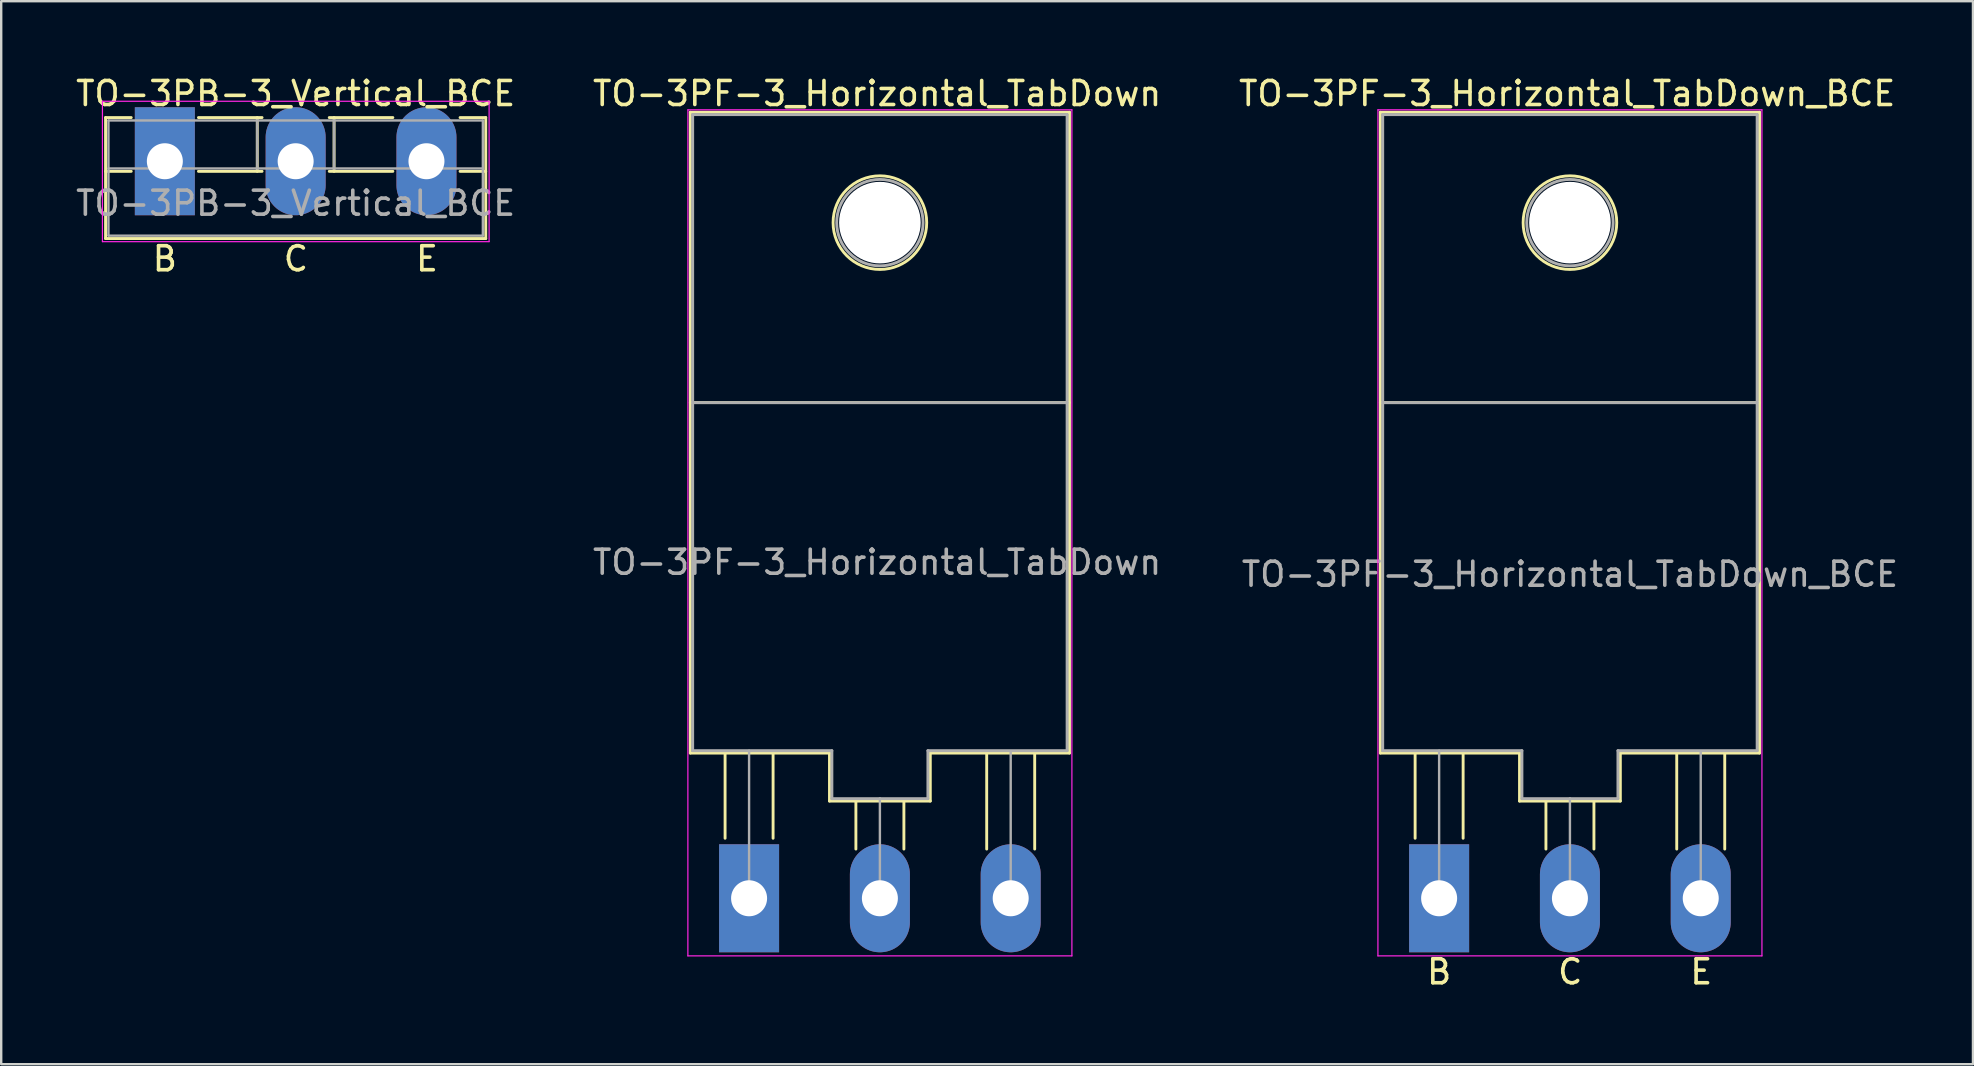
<source format=kicad_pcb>
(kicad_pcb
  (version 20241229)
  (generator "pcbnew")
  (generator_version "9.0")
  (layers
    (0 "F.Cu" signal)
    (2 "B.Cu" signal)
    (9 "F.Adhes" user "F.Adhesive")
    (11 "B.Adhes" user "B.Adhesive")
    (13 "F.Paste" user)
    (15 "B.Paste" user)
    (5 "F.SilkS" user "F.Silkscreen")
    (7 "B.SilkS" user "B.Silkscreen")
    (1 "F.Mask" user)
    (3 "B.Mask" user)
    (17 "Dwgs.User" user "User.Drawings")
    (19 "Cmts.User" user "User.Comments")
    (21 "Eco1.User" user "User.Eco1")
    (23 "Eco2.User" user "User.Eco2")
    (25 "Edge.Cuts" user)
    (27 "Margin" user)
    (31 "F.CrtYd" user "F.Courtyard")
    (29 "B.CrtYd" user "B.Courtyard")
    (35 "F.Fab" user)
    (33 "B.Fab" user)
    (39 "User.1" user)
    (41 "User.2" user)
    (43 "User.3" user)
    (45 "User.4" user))
  (footprint "TO-3PF-3_Horizontal_TabDown_BCE"
    (layer "F.Cu")
    (at 56.91 34.376)
    (property "Reference" "TO-3PF-3_Horizontal_TabDown_BCE" (at 5.334 -33.528 0) (layer "F.SilkS") (effects (font (size 1 1) (thickness 0.15))))
    (fp_line (start -2.45 -32.75) (end 13.35 -32.75) (stroke (width 0.12) (type solid)) (layer "F.SilkS"))
    (fp_line (start -2.45 -6.05) (end -2.45 -32.75) (stroke (width 0.12) (type solid)) (layer "F.SilkS"))
    (fp_line (start -1 -6) (end -1 -2.5) (stroke (width 0.12) (type solid)) (layer "F.SilkS"))
    (fp_line (start 1 -6) (end 1 -2.5) (stroke (width 0.12) (type solid)) (layer "F.SilkS"))
    (fp_line (start 3.35 -6.05) (end -2.45 -6.05) (stroke (width 0.12) (type solid)) (layer "F.SilkS"))
    (fp_line (start 3.35 -4.05) (end 3.35 -6.05) (stroke (width 0.12) (type solid)) (layer "F.SilkS"))
    (fp_line (start 4.45 -4.05) (end 4.45 -2.05) (stroke (width 0.12) (type solid)) (layer "F.SilkS"))
    (fp_line (start 6.45 -4.05) (end 6.45 -2.05) (stroke (width 0.12) (type solid)) (layer "F.SilkS"))
    (fp_line (start 7.55 -6.05) (end 7.55 -4.05) (stroke (width 0.12) (type solid)) (layer "F.SilkS"))
    (fp_line (start 7.55 -4.05) (end 3.35 -4.05) (stroke (width 0.12) (type solid)) (layer "F.SilkS"))
    (fp_line (start 9.9 -6) (end 9.9 -2.05) (stroke (width 0.12) (type solid)) (layer "F.SilkS"))
    (fp_line (start 11.9 -6) (end 11.9 -2.05) (stroke (width 0.12) (type solid)) (layer "F.SilkS"))
    (fp_line (start 13.35 -32.75) (end 13.35 -6.05) (stroke (width 0.12) (type solid)) (layer "F.SilkS"))
    (fp_line (start 13.35 -20.65) (end -2.45 -20.65) (stroke (width 0.12) (type solid)) (layer "F.SilkS"))
    (fp_line (start 13.35 -6.05) (end 7.55 -6.05) (stroke (width 0.12) (type solid)) (layer "F.SilkS"))
    (fp_circle (center 5.45 -28.15) (end 7.4 -28.15) (stroke (width 0.12) (type solid)) (fill no) (layer "F.SilkS"))
    (fp_line (start -2.55 -32.85) (end -2.55 2.4) (stroke (width 0.05) (type solid)) (layer "F.CrtYd"))
    (fp_line (start -2.55 2.4) (end 13.45 2.4) (stroke (width 0.05) (type solid)) (layer "F.CrtYd"))
    (fp_line (start 13.45 -32.85) (end -2.55 -32.85) (stroke (width 0.05) (type solid)) (layer "F.CrtYd"))
    (fp_line (start 13.45 2.4) (end 13.45 -32.85) (stroke (width 0.05) (type solid)) (layer "F.CrtYd"))
    (fp_line (start -2.35 -32.65) (end 13.25 -32.65) (stroke (width 0.12) (type solid)) (layer "F.Fab"))
    (fp_line (start -2.35 -20.65) (end 13.25 -20.65) (stroke (width 0.12) (type solid)) (layer "F.Fab"))
    (fp_line (start -2.35 -6.15) (end -2.35 -32.65) (stroke (width 0.12) (type solid)) (layer "F.Fab"))
    (fp_line (start 0 0) (end 0 -6.15) (stroke (width 0.1) (type solid)) (layer "F.Fab"))
    (fp_line (start 3.45 -6.15) (end -2.35 -6.15) (stroke (width 0.12) (type solid)) (layer "F.Fab"))
    (fp_line (start 3.45 -4.15) (end 3.45 -6.15) (stroke (width 0.12) (type solid)) (layer "F.Fab"))
    (fp_line (start 5.45 -4.15) (end 3.45 -4.15) (stroke (width 0.12) (type solid)) (layer "F.Fab"))
    (fp_line (start 5.45 -4.15) (end 5.45 0) (stroke (width 0.1) (type solid)) (layer "F.Fab"))
    (fp_line (start 5.45 -4.15) (end 7.45 -4.15) (stroke (width 0.12) (type solid)) (layer "F.Fab"))
    (fp_line (start 7.45 -4.15) (end 7.45 -6.15) (stroke (width 0.12) (type solid)) (layer "F.Fab"))
    (fp_line (start 10.9 -6.1) (end 10.9 0) (stroke (width 0.1) (type solid)) (layer "F.Fab"))
    (fp_line (start 13.25 -32.65) (end 13.25 -6.15) (stroke (width 0.12) (type solid)) (layer "F.Fab"))
    (fp_line (start 13.25 -6.15) (end 7.45 -6.15) (stroke (width 0.12) (type solid)) (layer "F.Fab"))
    (fp_circle (center 5.45 -28.15) (end 7.25 -28.15) (stroke (width 0.12) (type solid)) (fill no) (layer "F.Fab"))
    (fp_text user "C" (at 5.461 3.064 0) (unlocked yes) (layer "F.SilkS") (effects (font (size 1 1) (thickness 0.15))))
    (fp_text user "B" (at 0 3.064 0) (unlocked yes) (layer "F.SilkS") (effects (font (size 1 1) (thickness 0.15))))
    (fp_text user "E" (at 10.922 3.064 0) (unlocked yes) (layer "F.SilkS") (effects (font (size 1 1) (thickness 0.15))))
    (fp_text user "${REFERENCE}" (at 5.45 -13.5 0) (layer "F.Fab") (effects (font (size 1 1) (thickness 0.15))))
    (pad "" np_thru_hole circle (at 5.45 -28.15) (size 3.4 3.4) (drill 3.4) (layers "*.Cu" "*.Mask"))
    (pad "1" thru_hole rect (at 0 0) (size 2.5 4.5) (drill 1.5) (layers "*.Cu" "*.Mask"))
    (pad "2" thru_hole oval (at 5.45 0) (size 2.5 4.5) (drill 1.5) (layers "*.Cu" "*.Mask"))
    (pad "3" thru_hole oval (at 10.9 0) (size 2.5 4.5) (drill 1.5) (layers "*.Cu" "*.Mask")))
  (footprint "TO-3PB-3_Vertical_BCE"
    (layer "F.Cu")
    (at 3.818 3.668)
    (property "Reference" "TO-3PB-3_Vertical_BCE" (at 5.45 -2.82 0) (layer "F.SilkS") (effects (font (size 1 1) (thickness 0.15))))
    (fp_line (start -2.47 -1.82) (end -2.47 3.22) (stroke (width 0.12) (type solid)) (layer "F.SilkS"))
    (fp_line (start -2.47 -1.82) (end -1.4 -1.82) (stroke (width 0.12) (type solid)) (layer "F.SilkS"))
    (fp_line (start -2.47 0.421) (end -1.4 0.421) (stroke (width 0.12) (type solid)) (layer "F.SilkS"))
    (fp_line (start -2.47 3.22) (end 13.37 3.22) (stroke (width 0.12) (type solid)) (layer "F.SilkS"))
    (fp_line (start 1.4 -1.82) (end 4.051 -1.82) (stroke (width 0.12) (type solid)) (layer "F.SilkS"))
    (fp_line (start 1.4 0.421) (end 4.051 0.421) (stroke (width 0.12) (type solid)) (layer "F.SilkS"))
    (fp_line (start 3.85 -1.82) (end 3.85 0.421) (stroke (width 0.12) (type solid)) (layer "F.SilkS"))
    (fp_line (start 6.85 -1.82) (end 9.5 -1.82) (stroke (width 0.12) (type solid)) (layer "F.SilkS"))
    (fp_line (start 6.85 0.421) (end 9.5 0.421) (stroke (width 0.12) (type solid)) (layer "F.SilkS"))
    (fp_line (start 7.051 -1.82) (end 7.051 0.421) (stroke (width 0.12) (type solid)) (layer "F.SilkS"))
    (fp_line (start 12.3 -1.82) (end 13.37 -1.82) (stroke (width 0.12) (type solid)) (layer "F.SilkS"))
    (fp_line (start 12.3 0.421) (end 13.37 0.421) (stroke (width 0.12) (type solid)) (layer "F.SilkS"))
    (fp_line (start 13.37 -1.82) (end 13.37 3.22) (stroke (width 0.12) (type solid)) (layer "F.SilkS"))
    (fp_line (start -2.6 -2.5) (end -2.6 3.35) (stroke (width 0.05) (type solid)) (layer "F.CrtYd"))
    (fp_line (start -2.6 3.35) (end 13.51 3.35) (stroke (width 0.05) (type solid)) (layer "F.CrtYd"))
    (fp_line (start 13.51 -2.5) (end -2.6 -2.5) (stroke (width 0.05) (type solid)) (layer "F.CrtYd"))
    (fp_line (start 13.51 3.35) (end 13.51 -2.5) (stroke (width 0.05) (type solid)) (layer "F.CrtYd"))
    (fp_line (start -2.35 -1.7) (end -2.35 3.1) (stroke (width 0.1) (type solid)) (layer "F.Fab"))
    (fp_line (start -2.35 0.3) (end 13.25 0.3) (stroke (width 0.1) (type solid)) (layer "F.Fab"))
    (fp_line (start -2.35 3.1) (end 13.25 3.1) (stroke (width 0.1) (type solid)) (layer "F.Fab"))
    (fp_line (start 3.85 -1.7) (end 3.85 0.3) (stroke (width 0.1) (type solid)) (layer "F.Fab"))
    (fp_line (start 7.05 -1.7) (end 7.05 0.3) (stroke (width 0.1) (type solid)) (layer "F.Fab"))
    (fp_line (start 13.25 -1.7) (end -2.35 -1.7) (stroke (width 0.1) (type solid)) (layer "F.Fab"))
    (fp_line (start 13.25 3.1) (end 13.25 -1.7) (stroke (width 0.1) (type solid)) (layer "F.Fab"))
    (fp_text user "B" (at 0 4.064 0) (unlocked yes) (layer "F.SilkS") (effects (font (size 1 1) (thickness 0.15))))
    (fp_text user "E" (at 10.922 4.064 0) (unlocked yes) (layer "F.SilkS") (effects (font (size 1 1) (thickness 0.15))))
    (fp_text user "C" (at 5.461 4.064 0) (unlocked yes) (layer "F.SilkS") (effects (font (size 1 1) (thickness 0.15))))
    (fp_text user "${REFERENCE}" (at 5.45 1.75 0) (layer "F.Fab") (effects (font (size 1 1) (thickness 0.15))))
    (pad "1" thru_hole rect (at 0 0) (size 2.5 4.5) (drill 1.5) (layers "*.Cu" "*.Mask"))
    (pad "2" thru_hole oval (at 5.45 0) (size 2.5 4.5) (drill 1.5) (layers "*.Cu" "*.Mask"))
    (pad "3" thru_hole oval (at 10.9 0) (size 2.5 4.5) (drill 1.5) (layers "*.Cu" "*.Mask")))
  (footprint "TO-3PF-3_Horizontal_TabDown"
    (layer "F.Cu")
    (at 28.16 34.376)
    (property "Reference" "TO-3PF-3_Horizontal_TabDown" (at 5.334 -33.528 0) (layer "F.SilkS") (effects (font (size 1 1) (thickness 0.15))))
    (attr through_hole)
    (fp_line (start -2.45 -32.75) (end 13.35 -32.75) (stroke (width 0.12) (type solid)) (layer "F.SilkS"))
    (fp_line (start -2.45 -6.05) (end -2.45 -32.75) (stroke (width 0.12) (type solid)) (layer "F.SilkS"))
    (fp_line (start -1 -6) (end -1 -2.5) (stroke (width 0.12) (type solid)) (layer "F.SilkS"))
    (fp_line (start 1 -6) (end 1 -2.5) (stroke (width 0.12) (type solid)) (layer "F.SilkS"))
    (fp_line (start 3.35 -6.05) (end -2.45 -6.05) (stroke (width 0.12) (type solid)) (layer "F.SilkS"))
    (fp_line (start 3.35 -4.05) (end 3.35 -6.05) (stroke (width 0.12) (type solid)) (layer "F.SilkS"))
    (fp_line (start 4.45 -4.05) (end 4.45 -2.05) (stroke (width 0.12) (type solid)) (layer "F.SilkS"))
    (fp_line (start 6.45 -4.05) (end 6.45 -2.05) (stroke (width 0.12) (type solid)) (layer "F.SilkS"))
    (fp_line (start 7.55 -6.05) (end 7.55 -4.05) (stroke (width 0.12) (type solid)) (layer "F.SilkS"))
    (fp_line (start 7.55 -4.05) (end 3.35 -4.05) (stroke (width 0.12) (type solid)) (layer "F.SilkS"))
    (fp_line (start 9.9 -6) (end 9.9 -2.05) (stroke (width 0.12) (type solid)) (layer "F.SilkS"))
    (fp_line (start 11.9 -6) (end 11.9 -2.05) (stroke (width 0.12) (type solid)) (layer "F.SilkS"))
    (fp_line (start 13.35 -32.75) (end 13.35 -6.05) (stroke (width 0.12) (type solid)) (layer "F.SilkS"))
    (fp_line (start 13.35 -20.65) (end -2.45 -20.65) (stroke (width 0.12) (type solid)) (layer "F.SilkS"))
    (fp_line (start 13.35 -6.05) (end 7.55 -6.05) (stroke (width 0.12) (type solid)) (layer "F.SilkS"))
    (fp_circle (center 5.45 -28.15) (end 7.4 -28.15) (stroke (width 0.12) (type solid)) (fill no) (layer "F.SilkS"))
    (fp_line (start -2.55 -32.85) (end -2.55 2.4) (stroke (width 0.05) (type solid)) (layer "F.CrtYd"))
    (fp_line (start -2.55 2.4) (end 13.45 2.4) (stroke (width 0.05) (type solid)) (layer "F.CrtYd"))
    (fp_line (start 13.45 -32.85) (end -2.55 -32.85) (stroke (width 0.05) (type solid)) (layer "F.CrtYd"))
    (fp_line (start 13.45 2.4) (end 13.45 -32.85) (stroke (width 0.05) (type solid)) (layer "F.CrtYd"))
    (fp_line (start -2.35 -32.65) (end 13.25 -32.65) (stroke (width 0.12) (type solid)) (layer "F.Fab"))
    (fp_line (start -2.35 -20.65) (end 13.25 -20.65) (stroke (width 0.12) (type solid)) (layer "F.Fab"))
    (fp_line (start -2.35 -6.15) (end -2.35 -32.65) (stroke (width 0.12) (type solid)) (layer "F.Fab"))
    (fp_line (start 0 0) (end 0 -6.15) (stroke (width 0.1) (type solid)) (layer "F.Fab"))
    (fp_line (start 3.45 -6.15) (end -2.35 -6.15) (stroke (width 0.12) (type solid)) (layer "F.Fab"))
    (fp_line (start 3.45 -4.15) (end 3.45 -6.15) (stroke (width 0.12) (type solid)) (layer "F.Fab"))
    (fp_line (start 5.45 -4.15) (end 3.45 -4.15) (stroke (width 0.12) (type solid)) (layer "F.Fab"))
    (fp_line (start 5.45 -4.15) (end 5.45 0) (stroke (width 0.1) (type solid)) (layer "F.Fab"))
    (fp_line (start 5.45 -4.15) (end 7.45 -4.15) (stroke (width 0.12) (type solid)) (layer "F.Fab"))
    (fp_line (start 7.45 -4.15) (end 7.45 -6.15) (stroke (width 0.12) (type solid)) (layer "F.Fab"))
    (fp_line (start 10.9 -6.1) (end 10.9 0) (stroke (width 0.1) (type solid)) (layer "F.Fab"))
    (fp_line (start 13.25 -32.65) (end 13.25 -6.15) (stroke (width 0.12) (type solid)) (layer "F.Fab"))
    (fp_line (start 13.25 -6.15) (end 7.45 -6.15) (stroke (width 0.12) (type solid)) (layer "F.Fab"))
    (fp_circle (center 5.45 -28.15) (end 7.25 -28.15) (stroke (width 0.12) (type solid)) (fill no) (layer "F.Fab"))
    (fp_text user "${REFERENCE}" (at 5.334 -14 0) (layer "F.Fab") (effects (font (size 1 1) (thickness 0.15))))
    (pad "" np_thru_hole circle (at 5.45 -28.15) (size 3.4 3.4) (drill 3.4) (layers "*.Cu" "*.Mask"))
    (pad "1" thru_hole rect (at 0 0) (size 2.5 4.5) (drill 1.5) (layers "*.Cu" "*.Mask"))
    (pad "2" thru_hole oval (at 5.45 0) (size 2.5 4.5) (drill 1.5) (layers "*.Cu" "*.Mask"))
    (pad "3" thru_hole oval (at 10.9 0) (size 2.5 4.5) (drill 1.5) (layers "*.Cu" "*.Mask")))
  (gr_rect
    (start -3 -3)
    (end 79.152 41.288)
    (stroke (width 0.1) (type default))
    (fill no)
    (layer "Edge.Cuts")))
</source>
